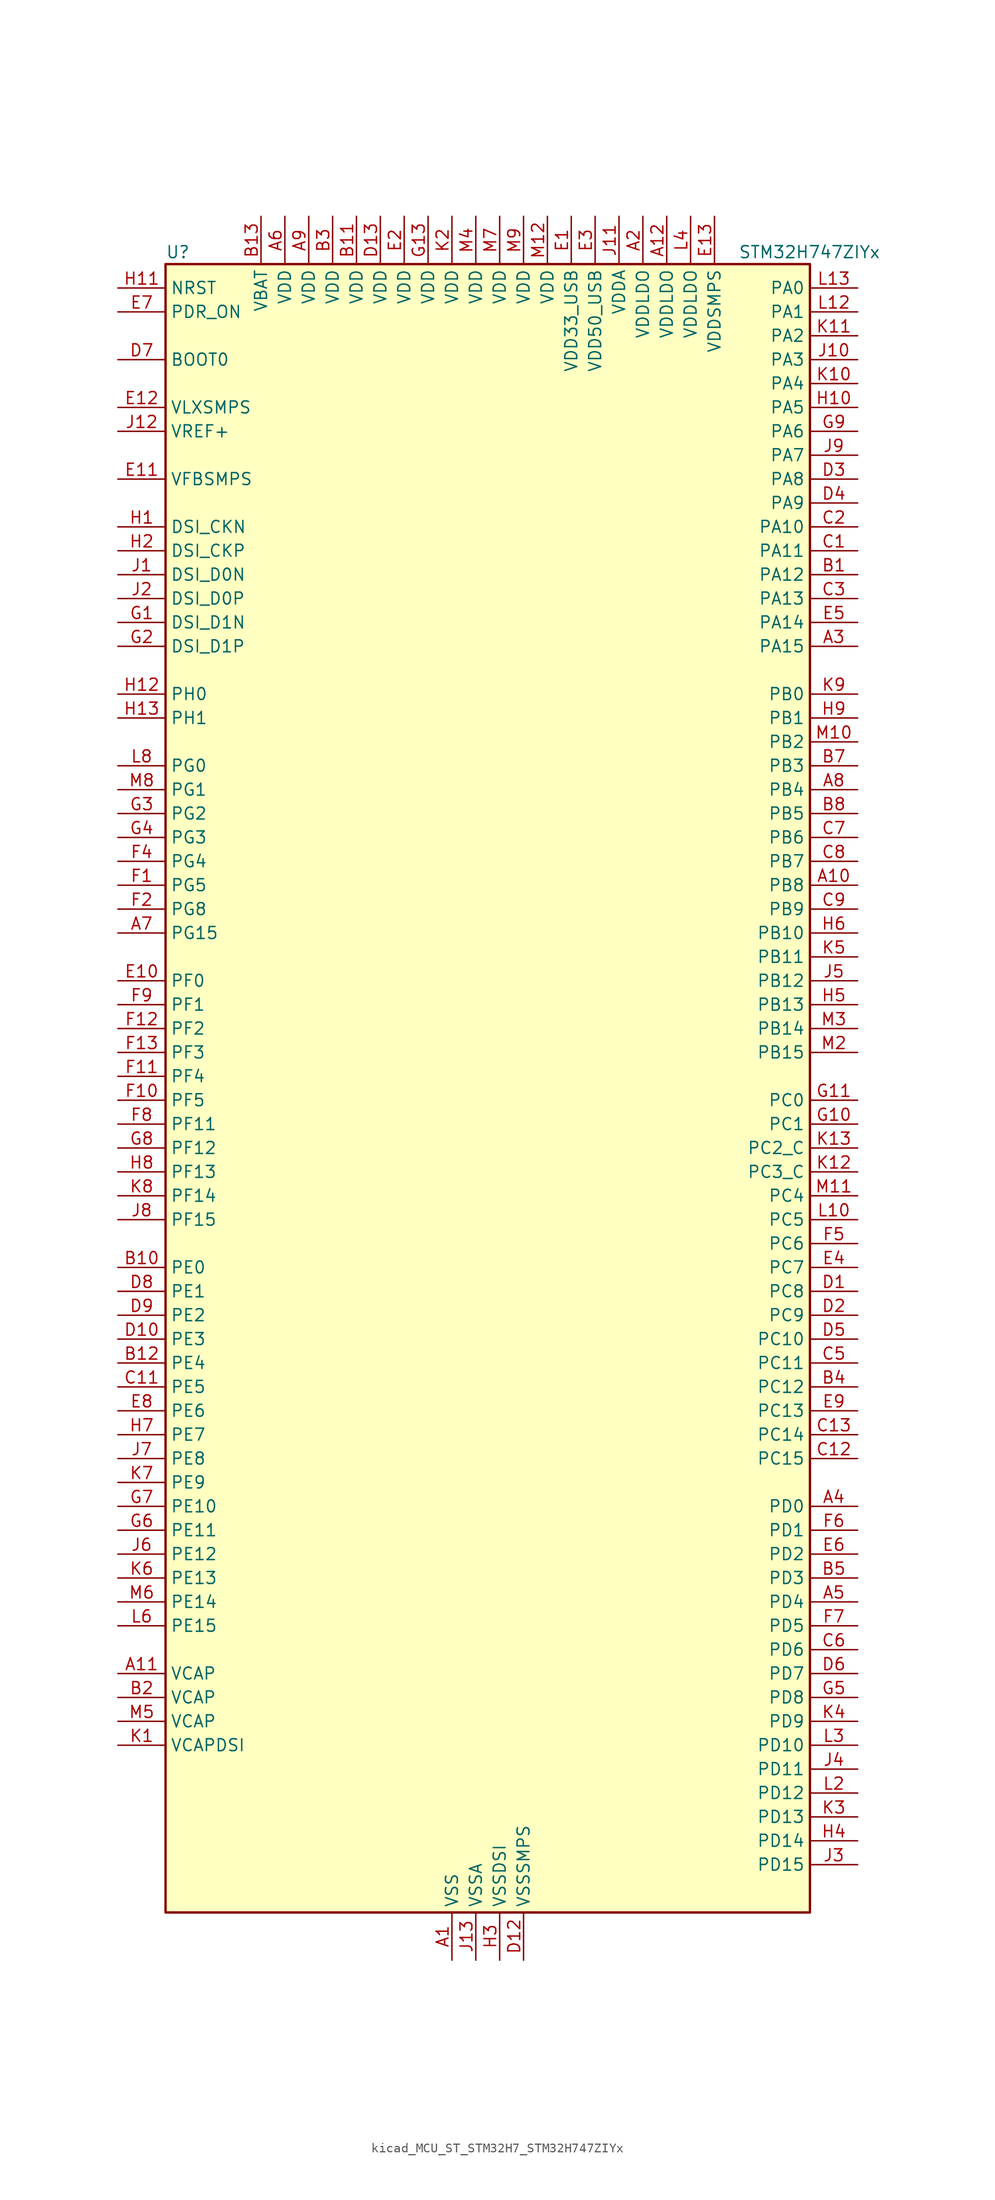
<source format=kicad_sym>
(kicad_symbol_lib
  (version 20220914)
  (generator kicad_symbol_editor)
  (symbol "kicad_MCU_ST_STM32H7_STM32H747ZIYx"
    (property "Reference" "U"
      (at -33.02 90.17 0)
      (effects (font (size 1.27 1.27)) (justify left)))
    (property "Value" "STM32H747ZIYx"
      (at 27.94 90.17 0)
      (effects (font (size 1.27 1.27)) (justify left)))
    (property "ki_locked" ""
      (at 0 0 0)
      (effects (font (size 1.27 1.27))))
    (symbol "kicad_MCU_ST_STM32H7_STM32H747ZIYx_0_1"
      (rectangle (start -33.02 -86.36) (end 35.56 88.9) (stroke (width 0.254) (type default)) (fill (type background))))
    (symbol "kicad_MCU_ST_STM32H7_STM32H747ZIYx_1_1"
      (pin power_in line (at -2.54 -91.44 90) (length 5.08) (name "VSS" (effects (font (size 1.27 1.27)))) (number "A1" (effects (font (size 1.27 1.27)))))
      (pin bidirectional line (at 40.64 22.86 180) (length 5.08) (name "PB8" (effects (font (size 1.27 1.27)))) (number "A10" (effects (font (size 1.27 1.27)))) (alternate "DCMI_D6" bidirectional line) (alternate "DFSDM1_CKIN7" bidirectional line) (alternate "ETH_TXD3" bidirectional line) (alternate "FDCAN1_RX" bidirectional line) (alternate "I2C1_SCL" bidirectional line) (alternate "I2C4_SCL" bidirectional line) (alternate "LTDC_B6" bidirectional line) (alternate "SDMMC1_CKIN" bidirectional line) (alternate "SDMMC1_D4" bidirectional line) (alternate "SDMMC2_D4" bidirectional line) (alternate "TIM16_CH1" bidirectional line) (alternate "TIM4_CH3" bidirectional line) (alternate "UART4_RX" bidirectional line))
      (pin power_out line (at -38.1 -60.96 0) (length 5.08) (name "VCAP" (effects (font (size 1.27 1.27)))) (number "A11" (effects (font (size 1.27 1.27)))))
      (pin power_in line (at 20.32 93.98 270) (length 5.08) (name "VDDLDO" (effects (font (size 1.27 1.27)))) (number "A12" (effects (font (size 1.27 1.27)))))
      (pin no_connect line (at -33.02 -86.36 0) (length 5.08) hide (name "DNC" (effects (font (size 1.27 1.27)))) (number "A13" (effects (font (size 1.27 1.27)))))
      (pin power_in line (at 17.78 93.98 270) (length 5.08) (name "VDDLDO" (effects (font (size 1.27 1.27)))) (number "A2" (effects (font (size 1.27 1.27)))))
      (pin bidirectional line (at 40.64 48.26 180) (length 5.08) (name "PA15" (effects (font (size 1.27 1.27)))) (number "A3" (effects (font (size 1.27 1.27)))) (alternate "ADC1_EXTI15" bidirectional line) (alternate "ADC2_EXTI15" bidirectional line) (alternate "ADC3_EXTI15" bidirectional line) (alternate "CEC" bidirectional line) (alternate "DEBUG_JTDI" bidirectional line) (alternate "DSIHOST_TE" bidirectional line) (alternate "HRTIM_FLT1" bidirectional line) (alternate "I2S1_WS" bidirectional line) (alternate "I2S3_WS" bidirectional line) (alternate "SPI1_NSS" bidirectional line) (alternate "SPI3_NSS" bidirectional line) (alternate "SPI6_NSS" bidirectional line) (alternate "TIM2_CH1" bidirectional line) (alternate "TIM2_ETR" bidirectional line) (alternate "UART4_DE" bidirectional line) (alternate "UART4_RTS" bidirectional line) (alternate "UART7_TX" bidirectional line))
      (pin bidirectional line (at 40.64 -43.18 180) (length 5.08) (name "PD0" (effects (font (size 1.27 1.27)))) (number "A4" (effects (font (size 1.27 1.27)))) (alternate "DFSDM1_CKIN6" bidirectional line) (alternate "FDCAN1_RX" bidirectional line) (alternate "FMC_D2" bidirectional line) (alternate "FMC_DA2" bidirectional line) (alternate "SAI3_SCK_A" bidirectional line) (alternate "UART4_RX" bidirectional line))
      (pin bidirectional line (at 40.64 -53.34 180) (length 5.08) (name "PD4" (effects (font (size 1.27 1.27)))) (number "A5" (effects (font (size 1.27 1.27)))) (alternate "FMC_NOE" bidirectional line) (alternate "HRTIM_FLT3" bidirectional line) (alternate "SAI3_FS_A" bidirectional line) (alternate "USART2_DE" bidirectional line) (alternate "USART2_RTS" bidirectional line))
      (pin power_in line (at -20.32 93.98 270) (length 5.08) (name "VDD" (effects (font (size 1.27 1.27)))) (number "A6" (effects (font (size 1.27 1.27)))))
      (pin bidirectional line (at -38.1 17.78 0) (length 5.08) (name "PG15" (effects (font (size 1.27 1.27)))) (number "A7" (effects (font (size 1.27 1.27)))) (alternate "ADC1_EXTI15" bidirectional line) (alternate "ADC2_EXTI15" bidirectional line) (alternate "ADC3_EXTI15" bidirectional line) (alternate "DCMI_D13" bidirectional line) (alternate "FMC_SDNCAS" bidirectional line) (alternate "USART6_CTS" bidirectional line) (alternate "USART6_NSS" bidirectional line))
      (pin bidirectional line (at 40.64 33.02 180) (length 5.08) (name "PB4" (effects (font (size 1.27 1.27)))) (number "A8" (effects (font (size 1.27 1.27)))) (alternate "DEBUG_JTRST" bidirectional line) (alternate "HRTIM_EEV6" bidirectional line) (alternate "I2S1_SDI" bidirectional line) (alternate "I2S2_WS" bidirectional line) (alternate "I2S3_SDI" bidirectional line) (alternate "SDMMC2_D3" bidirectional line) (alternate "SPI1_MISO" bidirectional line) (alternate "SPI2_NSS" bidirectional line) (alternate "SPI3_MISO" bidirectional line) (alternate "SPI6_MISO" bidirectional line) (alternate "TIM16_BKIN" bidirectional line) (alternate "TIM3_CH1" bidirectional line) (alternate "UART7_TX" bidirectional line))
      (pin power_in line (at -17.78 93.98 270) (length 5.08) (name "VDD" (effects (font (size 1.27 1.27)))) (number "A9" (effects (font (size 1.27 1.27)))))
      (pin bidirectional line (at 40.64 55.88 180) (length 5.08) (name "PA12" (effects (font (size 1.27 1.27)))) (number "B1" (effects (font (size 1.27 1.27)))) (alternate "FDCAN1_TX" bidirectional line) (alternate "HRTIM_CHD2" bidirectional line) (alternate "I2S2_CK" bidirectional line) (alternate "LPUART1_DE" bidirectional line) (alternate "LPUART1_RTS" bidirectional line) (alternate "LTDC_R5" bidirectional line) (alternate "SAI2_FS_B" bidirectional line) (alternate "SPI2_SCK" bidirectional line) (alternate "TIM1_ETR" bidirectional line) (alternate "UART4_TX" bidirectional line) (alternate "USART1_DE" bidirectional line) (alternate "USART1_RTS" bidirectional line) (alternate "USB_OTG_FS_DP" bidirectional line))
      (pin bidirectional line (at -38.1 -17.78 0) (length 5.08) (name "PE0" (effects (font (size 1.27 1.27)))) (number "B10" (effects (font (size 1.27 1.27)))) (alternate "DCMI_D2" bidirectional line) (alternate "FMC_NBL0" bidirectional line) (alternate "HRTIM_SCIN" bidirectional line) (alternate "LPTIM1_ETR" bidirectional line) (alternate "LPTIM2_ETR" bidirectional line) (alternate "SAI2_MCLK_A" bidirectional line) (alternate "TIM4_ETR" bidirectional line) (alternate "UART8_RX" bidirectional line))
      (pin power_in line (at -12.7 93.98 270) (length 5.08) (name "VDD" (effects (font (size 1.27 1.27)))) (number "B11" (effects (font (size 1.27 1.27)))))
      (pin bidirectional line (at -38.1 -27.94 0) (length 5.08) (name "PE4" (effects (font (size 1.27 1.27)))) (number "B12" (effects (font (size 1.27 1.27)))) (alternate "DCMI_D4" bidirectional line) (alternate "DEBUG_TRACED1" bidirectional line) (alternate "DFSDM1_DATIN3" bidirectional line) (alternate "FMC_A20" bidirectional line) (alternate "LTDC_B0" bidirectional line) (alternate "SAI1_D2" bidirectional line) (alternate "SAI1_FS_A" bidirectional line) (alternate "SAI4_D2" bidirectional line) (alternate "SAI4_FS_A" bidirectional line) (alternate "SPI4_NSS" bidirectional line) (alternate "TIM15_CH1N" bidirectional line))
      (pin power_in line (at -22.86 93.98 270) (length 5.08) (name "VBAT" (effects (font (size 1.27 1.27)))) (number "B13" (effects (font (size 1.27 1.27)))))
      (pin power_out line (at -38.1 -63.5 0) (length 5.08) (name "VCAP" (effects (font (size 1.27 1.27)))) (number "B2" (effects (font (size 1.27 1.27)))))
      (pin power_in line (at -15.24 93.98 270) (length 5.08) (name "VDD" (effects (font (size 1.27 1.27)))) (number "B3" (effects (font (size 1.27 1.27)))))
      (pin bidirectional line (at 40.64 -30.48 180) (length 5.08) (name "PC12" (effects (font (size 1.27 1.27)))) (number "B4" (effects (font (size 1.27 1.27)))) (alternate "DCMI_D9" bidirectional line) (alternate "DEBUG_TRACED3" bidirectional line) (alternate "HRTIM_EEV2" bidirectional line) (alternate "I2S3_SDO" bidirectional line) (alternate "SDMMC1_CK" bidirectional line) (alternate "SPI3_MOSI" bidirectional line) (alternate "UART5_TX" bidirectional line) (alternate "USART3_CK" bidirectional line))
      (pin bidirectional line (at 40.64 -50.8 180) (length 5.08) (name "PD3" (effects (font (size 1.27 1.27)))) (number "B5" (effects (font (size 1.27 1.27)))) (alternate "DCMI_D5" bidirectional line) (alternate "DFSDM1_CKOUT" bidirectional line) (alternate "FMC_CLK" bidirectional line) (alternate "I2S2_CK" bidirectional line) (alternate "LTDC_G7" bidirectional line) (alternate "SPI2_SCK" bidirectional line) (alternate "USART2_CTS" bidirectional line) (alternate "USART2_NSS" bidirectional line))
      (pin passive line (at -2.54 -91.44 90) (length 5.08) hide (name "VSS" (effects (font (size 1.27 1.27)))) (number "B6" (effects (font (size 1.27 1.27)))))
      (pin bidirectional line (at 40.64 35.56 180) (length 5.08) (name "PB3" (effects (font (size 1.27 1.27)))) (number "B7" (effects (font (size 1.27 1.27)))) (alternate "CRS_SYNC" bidirectional line) (alternate "DEBUG_JTDO-SWO" bidirectional line) (alternate "HRTIM_FLT4" bidirectional line) (alternate "I2S1_CK" bidirectional line) (alternate "I2S3_CK" bidirectional line) (alternate "SDMMC2_D2" bidirectional line) (alternate "SPI1_SCK" bidirectional line) (alternate "SPI3_SCK" bidirectional line) (alternate "SPI6_SCK" bidirectional line) (alternate "TIM2_CH2" bidirectional line) (alternate "UART7_RX" bidirectional line))
      (pin bidirectional line (at 40.64 30.48 180) (length 5.08) (name "PB5" (effects (font (size 1.27 1.27)))) (number "B8" (effects (font (size 1.27 1.27)))) (alternate "DCMI_D10" bidirectional line) (alternate "ETH_PPS_OUT" bidirectional line) (alternate "FDCAN2_RX" bidirectional line) (alternate "FMC_SDCKE1" bidirectional line) (alternate "HRTIM_EEV7" bidirectional line) (alternate "I2C1_SMBA" bidirectional line) (alternate "I2C4_SMBA" bidirectional line) (alternate "I2S1_SDO" bidirectional line) (alternate "I2S3_SDO" bidirectional line) (alternate "SPI1_MOSI" bidirectional line) (alternate "SPI3_MOSI" bidirectional line) (alternate "SPI6_MOSI" bidirectional line) (alternate "TIM17_BKIN" bidirectional line) (alternate "TIM3_CH2" bidirectional line) (alternate "UART5_RX" bidirectional line) (alternate "USB_OTG_HS_ULPI_D7" bidirectional line))
      (pin passive line (at -2.54 -91.44 90) (length 5.08) hide (name "VSS" (effects (font (size 1.27 1.27)))) (number "B9" (effects (font (size 1.27 1.27)))))
      (pin bidirectional line (at 40.64 58.42 180) (length 5.08) (name "PA11" (effects (font (size 1.27 1.27)))) (number "C1" (effects (font (size 1.27 1.27)))) (alternate "ADC1_EXTI11" bidirectional line) (alternate "ADC2_EXTI11" bidirectional line) (alternate "ADC3_EXTI11" bidirectional line) (alternate "FDCAN1_RX" bidirectional line) (alternate "HRTIM_CHD1" bidirectional line) (alternate "I2S2_WS" bidirectional line) (alternate "LPUART1_CTS" bidirectional line) (alternate "LTDC_R4" bidirectional line) (alternate "SPI2_NSS" bidirectional line) (alternate "TIM1_CH4" bidirectional line) (alternate "UART4_RX" bidirectional line) (alternate "USART1_CTS" bidirectional line) (alternate "USART1_NSS" bidirectional line) (alternate "USB_OTG_FS_DM" bidirectional line))
      (pin passive line (at -2.54 -91.44 90) (length 5.08) hide (name "VSS" (effects (font (size 1.27 1.27)))) (number "C10" (effects (font (size 1.27 1.27)))))
      (pin bidirectional line (at -38.1 -30.48 0) (length 5.08) (name "PE5" (effects (font (size 1.27 1.27)))) (number "C11" (effects (font (size 1.27 1.27)))) (alternate "DCMI_D6" bidirectional line) (alternate "DEBUG_TRACED2" bidirectional line) (alternate "DFSDM1_CKIN3" bidirectional line) (alternate "FMC_A21" bidirectional line) (alternate "LTDC_G0" bidirectional line) (alternate "SAI1_CK2" bidirectional line) (alternate "SAI1_SCK_A" bidirectional line) (alternate "SAI4_CK2" bidirectional line) (alternate "SAI4_SCK_A" bidirectional line) (alternate "SPI4_MISO" bidirectional line) (alternate "TIM15_CH1" bidirectional line))
      (pin bidirectional line (at 40.64 -38.1 180) (length 5.08) (name "PC15" (effects (font (size 1.27 1.27)))) (number "C12" (effects (font (size 1.27 1.27)))) (alternate "ADC1_EXTI15" bidirectional line) (alternate "ADC2_EXTI15" bidirectional line) (alternate "ADC3_EXTI15" bidirectional line) (alternate "RCC_OSC32_OUT" bidirectional line))
      (pin bidirectional line (at 40.64 -35.56 180) (length 5.08) (name "PC14" (effects (font (size 1.27 1.27)))) (number "C13" (effects (font (size 1.27 1.27)))) (alternate "RCC_OSC32_IN" bidirectional line))
      (pin bidirectional line (at 40.64 60.96 180) (length 5.08) (name "PA10" (effects (font (size 1.27 1.27)))) (number "C2" (effects (font (size 1.27 1.27)))) (alternate "DCMI_D1" bidirectional line) (alternate "HRTIM_CHC2" bidirectional line) (alternate "LPUART1_RX" bidirectional line) (alternate "LTDC_B1" bidirectional line) (alternate "LTDC_B4" bidirectional line) (alternate "MDIOS_MDIO" bidirectional line) (alternate "TIM1_CH3" bidirectional line) (alternate "USART1_RX" bidirectional line) (alternate "USB_OTG_FS_ID" bidirectional line))
      (pin bidirectional line (at 40.64 53.34 180) (length 5.08) (name "PA13" (effects (font (size 1.27 1.27)))) (number "C3" (effects (font (size 1.27 1.27)))) (alternate "DEBUG_JTMS-SWDIO" bidirectional line))
      (pin passive line (at -2.54 -91.44 90) (length 5.08) hide (name "VSS" (effects (font (size 1.27 1.27)))) (number "C4" (effects (font (size 1.27 1.27)))))
      (pin bidirectional line (at 40.64 -27.94 180) (length 5.08) (name "PC11" (effects (font (size 1.27 1.27)))) (number "C5" (effects (font (size 1.27 1.27)))) (alternate "ADC1_EXTI11" bidirectional line) (alternate "ADC2_EXTI11" bidirectional line) (alternate "ADC3_EXTI11" bidirectional line) (alternate "DCMI_D4" bidirectional line) (alternate "DFSDM1_DATIN5" bidirectional line) (alternate "HRTIM_FLT2" bidirectional line) (alternate "I2S3_SDI" bidirectional line) (alternate "QUADSPI_BK2_NCS" bidirectional line) (alternate "SDMMC1_D3" bidirectional line) (alternate "SPI3_MISO" bidirectional line) (alternate "UART4_RX" bidirectional line) (alternate "USART3_RX" bidirectional line))
      (pin bidirectional line (at 40.64 -58.42 180) (length 5.08) (name "PD6" (effects (font (size 1.27 1.27)))) (number "C6" (effects (font (size 1.27 1.27)))) (alternate "DCMI_D10" bidirectional line) (alternate "DFSDM1_CKIN4" bidirectional line) (alternate "DFSDM1_DATIN1" bidirectional line) (alternate "FMC_NWAIT" bidirectional line) (alternate "I2S3_SDO" bidirectional line) (alternate "LTDC_B2" bidirectional line) (alternate "SAI1_D1" bidirectional line) (alternate "SAI1_SD_A" bidirectional line) (alternate "SAI4_D1" bidirectional line) (alternate "SAI4_SD_A" bidirectional line) (alternate "SDMMC2_CK" bidirectional line) (alternate "SPI3_MOSI" bidirectional line) (alternate "USART2_RX" bidirectional line))
      (pin bidirectional line (at 40.64 27.94 180) (length 5.08) (name "PB6" (effects (font (size 1.27 1.27)))) (number "C7" (effects (font (size 1.27 1.27)))) (alternate "CEC" bidirectional line) (alternate "DCMI_D5" bidirectional line) (alternate "DFSDM1_DATIN5" bidirectional line) (alternate "FDCAN2_TX" bidirectional line) (alternate "FMC_SDNE1" bidirectional line) (alternate "HRTIM_EEV8" bidirectional line) (alternate "I2C1_SCL" bidirectional line) (alternate "I2C4_SCL" bidirectional line) (alternate "LPUART1_TX" bidirectional line) (alternate "QUADSPI_BK1_NCS" bidirectional line) (alternate "TIM16_CH1N" bidirectional line) (alternate "TIM4_CH1" bidirectional line) (alternate "UART5_TX" bidirectional line) (alternate "USART1_TX" bidirectional line))
      (pin bidirectional line (at 40.64 25.4 180) (length 5.08) (name "PB7" (effects (font (size 1.27 1.27)))) (number "C8" (effects (font (size 1.27 1.27)))) (alternate "DCMI_VSYNC" bidirectional line) (alternate "DFSDM1_CKIN5" bidirectional line) (alternate "FMC_NL" bidirectional line) (alternate "HRTIM_EEV9" bidirectional line) (alternate "I2C1_SDA" bidirectional line) (alternate "I2C4_SDA" bidirectional line) (alternate "LPUART1_RX" bidirectional line) (alternate "PWR_PVD_IN" bidirectional line) (alternate "TIM17_CH1N" bidirectional line) (alternate "TIM4_CH2" bidirectional line) (alternate "USART1_RX" bidirectional line))
      (pin bidirectional line (at 40.64 20.32 180) (length 5.08) (name "PB9" (effects (font (size 1.27 1.27)))) (number "C9" (effects (font (size 1.27 1.27)))) (alternate "DAC1_EXTI9" bidirectional line) (alternate "DCMI_D7" bidirectional line) (alternate "DFSDM1_DATIN7" bidirectional line) (alternate "FDCAN1_TX" bidirectional line) (alternate "I2C1_SDA" bidirectional line) (alternate "I2C4_SDA" bidirectional line) (alternate "I2C4_SMBA" bidirectional line) (alternate "I2S2_WS" bidirectional line) (alternate "LTDC_B7" bidirectional line) (alternate "SDMMC1_CDIR" bidirectional line) (alternate "SDMMC1_D5" bidirectional line) (alternate "SDMMC2_D5" bidirectional line) (alternate "SPI2_NSS" bidirectional line) (alternate "TIM17_CH1" bidirectional line) (alternate "TIM4_CH4" bidirectional line) (alternate "UART4_TX" bidirectional line))
      (pin bidirectional line (at 40.64 -20.32 180) (length 5.08) (name "PC8" (effects (font (size 1.27 1.27)))) (number "D1" (effects (font (size 1.27 1.27)))) (alternate "DCMI_D2" bidirectional line) (alternate "DEBUG_TRACED1" bidirectional line) (alternate "FMC_NCE" bidirectional line) (alternate "FMC_NE2" bidirectional line) (alternate "HRTIM_CHB1" bidirectional line) (alternate "SDMMC1_D0" bidirectional line) (alternate "SWPMI1_RX" bidirectional line) (alternate "TIM3_CH3" bidirectional line) (alternate "TIM8_CH3" bidirectional line) (alternate "UART5_DE" bidirectional line) (alternate "UART5_RTS" bidirectional line) (alternate "USART6_CK" bidirectional line))
      (pin bidirectional line (at -38.1 -25.4 0) (length 5.08) (name "PE3" (effects (font (size 1.27 1.27)))) (number "D10" (effects (font (size 1.27 1.27)))) (alternate "DEBUG_TRACED0" bidirectional line) (alternate "FMC_A19" bidirectional line) (alternate "SAI1_SD_B" bidirectional line) (alternate "SAI4_SD_B" bidirectional line) (alternate "TIM15_BKIN" bidirectional line))
      (pin passive line (at -2.54 -91.44 90) (length 5.08) hide (name "VSS" (effects (font (size 1.27 1.27)))) (number "D11" (effects (font (size 1.27 1.27)))))
      (pin power_in line (at 5.08 -91.44 90) (length 5.08) (name "VSSSMPS" (effects (font (size 1.27 1.27)))) (number "D12" (effects (font (size 1.27 1.27)))))
      (pin power_in line (at -10.16 93.98 270) (length 5.08) (name "VDD" (effects (font (size 1.27 1.27)))) (number "D13" (effects (font (size 1.27 1.27)))))
      (pin bidirectional line (at 40.64 -22.86 180) (length 5.08) (name "PC9" (effects (font (size 1.27 1.27)))) (number "D2" (effects (font (size 1.27 1.27)))) (alternate "DAC1_EXTI9" bidirectional line) (alternate "DCMI_D3" bidirectional line) (alternate "I2C3_SDA" bidirectional line) (alternate "I2S_CKIN" bidirectional line) (alternate "LTDC_B2" bidirectional line) (alternate "LTDC_G3" bidirectional line) (alternate "QUADSPI_BK1_IO0" bidirectional line) (alternate "RCC_MCO_2" bidirectional line) (alternate "SDMMC1_D1" bidirectional line) (alternate "SWPMI1_SUSPEND" bidirectional line) (alternate "TIM3_CH4" bidirectional line) (alternate "TIM8_CH4" bidirectional line) (alternate "UART5_CTS" bidirectional line))
      (pin bidirectional line (at 40.64 66.04 180) (length 5.08) (name "PA8" (effects (font (size 1.27 1.27)))) (number "D3" (effects (font (size 1.27 1.27)))) (alternate "HRTIM_CHB2" bidirectional line) (alternate "I2C3_SCL" bidirectional line) (alternate "LTDC_B3" bidirectional line) (alternate "LTDC_R6" bidirectional line) (alternate "RCC_MCO_1" bidirectional line) (alternate "TIM1_CH1" bidirectional line) (alternate "TIM8_BKIN2" bidirectional line) (alternate "TIM8_BKIN2_COMP1" bidirectional line) (alternate "TIM8_BKIN2_COMP2" bidirectional line) (alternate "UART7_RX" bidirectional line) (alternate "USART1_CK" bidirectional line) (alternate "USB_OTG_FS_SOF" bidirectional line))
      (pin bidirectional line (at 40.64 63.5 180) (length 5.08) (name "PA9" (effects (font (size 1.27 1.27)))) (number "D4" (effects (font (size 1.27 1.27)))) (alternate "DAC1_EXTI9" bidirectional line) (alternate "DCMI_D0" bidirectional line) (alternate "HRTIM_CHC1" bidirectional line) (alternate "I2C3_SMBA" bidirectional line) (alternate "I2S2_CK" bidirectional line) (alternate "LPUART1_TX" bidirectional line) (alternate "LTDC_R5" bidirectional line) (alternate "SPI2_SCK" bidirectional line) (alternate "TIM1_CH2" bidirectional line) (alternate "USART1_TX" bidirectional line) (alternate "USB_OTG_FS_VBUS" bidirectional line))
      (pin bidirectional line (at 40.64 -25.4 180) (length 5.08) (name "PC10" (effects (font (size 1.27 1.27)))) (number "D5" (effects (font (size 1.27 1.27)))) (alternate "DCMI_D8" bidirectional line) (alternate "DFSDM1_CKIN5" bidirectional line) (alternate "HRTIM_EEV1" bidirectional line) (alternate "I2S3_CK" bidirectional line) (alternate "LTDC_R2" bidirectional line) (alternate "QUADSPI_BK1_IO1" bidirectional line) (alternate "SDMMC1_D2" bidirectional line) (alternate "SPI3_SCK" bidirectional line) (alternate "UART4_TX" bidirectional line) (alternate "USART3_TX" bidirectional line))
      (pin bidirectional line (at 40.64 -60.96 180) (length 5.08) (name "PD7" (effects (font (size 1.27 1.27)))) (number "D6" (effects (font (size 1.27 1.27)))) (alternate "DFSDM1_CKIN1" bidirectional line) (alternate "DFSDM1_DATIN4" bidirectional line) (alternate "FMC_NE1" bidirectional line) (alternate "I2S1_SDO" bidirectional line) (alternate "SDMMC2_CMD" bidirectional line) (alternate "SPDIFRX1_IN0" bidirectional line) (alternate "SPI1_MOSI" bidirectional line) (alternate "USART2_CK" bidirectional line))
      (pin input line (at -38.1 78.74 0) (length 5.08) (name "BOOT0" (effects (font (size 1.27 1.27)))) (number "D7" (effects (font (size 1.27 1.27)))))
      (pin bidirectional line (at -38.1 -20.32 0) (length 5.08) (name "PE1" (effects (font (size 1.27 1.27)))) (number "D8" (effects (font (size 1.27 1.27)))) (alternate "DCMI_D3" bidirectional line) (alternate "FMC_NBL1" bidirectional line) (alternate "HRTIM_SCOUT" bidirectional line) (alternate "LPTIM1_IN2" bidirectional line) (alternate "UART8_TX" bidirectional line))
      (pin bidirectional line (at -38.1 -22.86 0) (length 5.08) (name "PE2" (effects (font (size 1.27 1.27)))) (number "D9" (effects (font (size 1.27 1.27)))) (alternate "DEBUG_TRACECLK" bidirectional line) (alternate "ETH_TXD3" bidirectional line) (alternate "FMC_A23" bidirectional line) (alternate "QUADSPI_BK1_IO2" bidirectional line) (alternate "SAI1_CK1" bidirectional line) (alternate "SAI1_MCLK_A" bidirectional line) (alternate "SAI4_CK1" bidirectional line) (alternate "SAI4_MCLK_A" bidirectional line) (alternate "SPI4_SCK" bidirectional line))
      (pin power_in line (at 10.16 93.98 270) (length 5.08) (name "VDD33_USB" (effects (font (size 1.27 1.27)))) (number "E1" (effects (font (size 1.27 1.27)))))
      (pin bidirectional line (at -38.1 12.7 0) (length 5.08) (name "PF0" (effects (font (size 1.27 1.27)))) (number "E10" (effects (font (size 1.27 1.27)))) (alternate "FMC_A0" bidirectional line) (alternate "I2C2_SDA" bidirectional line))
      (pin input line (at -38.1 66.04 0) (length 5.08) (name "VFBSMPS" (effects (font (size 1.27 1.27)))) (number "E11" (effects (font (size 1.27 1.27)))))
      (pin power_in line (at -38.1 73.66 0) (length 5.08) (name "VLXSMPS" (effects (font (size 1.27 1.27)))) (number "E12" (effects (font (size 1.27 1.27)))))
      (pin power_in line (at 25.4 93.98 270) (length 5.08) (name "VDDSMPS" (effects (font (size 1.27 1.27)))) (number "E13" (effects (font (size 1.27 1.27)))))
      (pin power_in line (at -7.62 93.98 270) (length 5.08) (name "VDD" (effects (font (size 1.27 1.27)))) (number "E2" (effects (font (size 1.27 1.27)))))
      (pin power_in line (at 12.7 93.98 270) (length 5.08) (name "VDD50_USB" (effects (font (size 1.27 1.27)))) (number "E3" (effects (font (size 1.27 1.27)))))
      (pin bidirectional line (at 40.64 -17.78 180) (length 5.08) (name "PC7" (effects (font (size 1.27 1.27)))) (number "E4" (effects (font (size 1.27 1.27)))) (alternate "DCMI_D1" bidirectional line) (alternate "DEBUG_TRGIO" bidirectional line) (alternate "DFSDM1_DATIN3" bidirectional line) (alternate "FMC_NE1" bidirectional line) (alternate "HRTIM_CHA2" bidirectional line) (alternate "I2S3_MCK" bidirectional line) (alternate "LTDC_G6" bidirectional line) (alternate "SDMMC1_D123DIR" bidirectional line) (alternate "SDMMC1_D7" bidirectional line) (alternate "SDMMC2_D7" bidirectional line) (alternate "SWPMI1_TX" bidirectional line) (alternate "TIM3_CH2" bidirectional line) (alternate "TIM8_CH2" bidirectional line) (alternate "USART6_RX" bidirectional line))
      (pin bidirectional line (at 40.64 50.8 180) (length 5.08) (name "PA14" (effects (font (size 1.27 1.27)))) (number "E5" (effects (font (size 1.27 1.27)))) (alternate "DEBUG_JTCK-SWCLK" bidirectional line))
      (pin bidirectional line (at 40.64 -48.26 180) (length 5.08) (name "PD2" (effects (font (size 1.27 1.27)))) (number "E6" (effects (font (size 1.27 1.27)))) (alternate "DCMI_D11" bidirectional line) (alternate "DEBUG_TRACED2" bidirectional line) (alternate "SDMMC1_CMD" bidirectional line) (alternate "TIM3_ETR" bidirectional line) (alternate "UART5_RX" bidirectional line))
      (pin input line (at -38.1 83.82 0) (length 5.08) (name "PDR_ON" (effects (font (size 1.27 1.27)))) (number "E7" (effects (font (size 1.27 1.27)))))
      (pin bidirectional line (at -38.1 -33.02 0) (length 5.08) (name "PE6" (effects (font (size 1.27 1.27)))) (number "E8" (effects (font (size 1.27 1.27)))) (alternate "DCMI_D7" bidirectional line) (alternate "DEBUG_TRACED3" bidirectional line) (alternate "FMC_A22" bidirectional line) (alternate "LTDC_G1" bidirectional line) (alternate "SAI1_D1" bidirectional line) (alternate "SAI1_SD_A" bidirectional line) (alternate "SAI2_MCLK_B" bidirectional line) (alternate "SAI4_D1" bidirectional line) (alternate "SAI4_SD_A" bidirectional line) (alternate "SPI4_MOSI" bidirectional line) (alternate "TIM15_CH2" bidirectional line) (alternate "TIM1_BKIN2" bidirectional line) (alternate "TIM1_BKIN2_COMP1" bidirectional line) (alternate "TIM1_BKIN2_COMP2" bidirectional line))
      (pin bidirectional line (at 40.64 -33.02 180) (length 5.08) (name "PC13" (effects (font (size 1.27 1.27)))) (number "E9" (effects (font (size 1.27 1.27)))) (alternate "PWR_WKUP2" bidirectional line) (alternate "RTC_OUT_ALARM" bidirectional line) (alternate "RTC_OUT_CALIB" bidirectional line) (alternate "RTC_TAMP1" bidirectional line) (alternate "RTC_TS" bidirectional line))
      (pin bidirectional line (at -38.1 22.86 0) (length 5.08) (name "PG5" (effects (font (size 1.27 1.27)))) (number "F1" (effects (font (size 1.27 1.27)))) (alternate "FMC_A15" bidirectional line) (alternate "FMC_BA1" bidirectional line) (alternate "TIM1_ETR" bidirectional line))
      (pin bidirectional line (at -38.1 0 0) (length 5.08) (name "PF5" (effects (font (size 1.27 1.27)))) (number "F10" (effects (font (size 1.27 1.27)))) (alternate "ADC3_INP4" bidirectional line) (alternate "FMC_A5" bidirectional line))
      (pin bidirectional line (at -38.1 2.54 0) (length 5.08) (name "PF4" (effects (font (size 1.27 1.27)))) (number "F11" (effects (font (size 1.27 1.27)))) (alternate "ADC3_INN5" bidirectional line) (alternate "ADC3_INP9" bidirectional line) (alternate "FMC_A4" bidirectional line))
      (pin bidirectional line (at -38.1 7.62 0) (length 5.08) (name "PF2" (effects (font (size 1.27 1.27)))) (number "F12" (effects (font (size 1.27 1.27)))) (alternate "FMC_A2" bidirectional line) (alternate "I2C2_SMBA" bidirectional line))
      (pin bidirectional line (at -38.1 5.08 0) (length 5.08) (name "PF3" (effects (font (size 1.27 1.27)))) (number "F13" (effects (font (size 1.27 1.27)))) (alternate "ADC3_INP5" bidirectional line) (alternate "FMC_A3" bidirectional line))
      (pin bidirectional line (at -38.1 20.32 0) (length 5.08) (name "PG8" (effects (font (size 1.27 1.27)))) (number "F2" (effects (font (size 1.27 1.27)))) (alternate "ETH_PPS_OUT" bidirectional line) (alternate "FMC_SDCLK" bidirectional line) (alternate "LTDC_G7" bidirectional line) (alternate "SPDIFRX1_IN2" bidirectional line) (alternate "SPI6_NSS" bidirectional line) (alternate "TIM8_ETR" bidirectional line) (alternate "USART6_DE" bidirectional line) (alternate "USART6_RTS" bidirectional line))
      (pin passive line (at -2.54 -91.44 90) (length 5.08) hide (name "VSS" (effects (font (size 1.27 1.27)))) (number "F3" (effects (font (size 1.27 1.27)))))
      (pin bidirectional line (at -38.1 25.4 0) (length 5.08) (name "PG4" (effects (font (size 1.27 1.27)))) (number "F4" (effects (font (size 1.27 1.27)))) (alternate "FMC_A14" bidirectional line) (alternate "FMC_BA0" bidirectional line) (alternate "TIM1_BKIN2" bidirectional line) (alternate "TIM1_BKIN2_COMP1" bidirectional line) (alternate "TIM1_BKIN2_COMP2" bidirectional line))
      (pin bidirectional line (at 40.64 -15.24 180) (length 5.08) (name "PC6" (effects (font (size 1.27 1.27)))) (number "F5" (effects (font (size 1.27 1.27)))) (alternate "DCMI_D0" bidirectional line) (alternate "DFSDM1_CKIN3" bidirectional line) (alternate "FMC_NWAIT" bidirectional line) (alternate "HRTIM_CHA1" bidirectional line) (alternate "I2S2_MCK" bidirectional line) (alternate "LTDC_HSYNC" bidirectional line) (alternate "SDMMC1_D0DIR" bidirectional line) (alternate "SDMMC1_D6" bidirectional line) (alternate "SDMMC2_D6" bidirectional line) (alternate "SWPMI1_IO" bidirectional line) (alternate "TIM3_CH1" bidirectional line) (alternate "TIM8_CH1" bidirectional line) (alternate "USART6_TX" bidirectional line))
      (pin bidirectional line (at 40.64 -45.72 180) (length 5.08) (name "PD1" (effects (font (size 1.27 1.27)))) (number "F6" (effects (font (size 1.27 1.27)))) (alternate "DFSDM1_DATIN6" bidirectional line) (alternate "FDCAN1_TX" bidirectional line) (alternate "FMC_D3" bidirectional line) (alternate "FMC_DA3" bidirectional line) (alternate "SAI3_SD_A" bidirectional line) (alternate "UART4_TX" bidirectional line))
      (pin bidirectional line (at 40.64 -55.88 180) (length 5.08) (name "PD5" (effects (font (size 1.27 1.27)))) (number "F7" (effects (font (size 1.27 1.27)))) (alternate "FMC_NWE" bidirectional line) (alternate "HRTIM_EEV3" bidirectional line) (alternate "USART2_TX" bidirectional line))
      (pin bidirectional line (at -38.1 -2.54 0) (length 5.08) (name "PF11" (effects (font (size 1.27 1.27)))) (number "F8" (effects (font (size 1.27 1.27)))) (alternate "ADC1_EXTI11" bidirectional line) (alternate "ADC1_INP2" bidirectional line) (alternate "ADC2_EXTI11" bidirectional line) (alternate "ADC3_EXTI11" bidirectional line) (alternate "DCMI_D12" bidirectional line) (alternate "FMC_SDNRAS" bidirectional line) (alternate "SAI2_SD_B" bidirectional line))
      (pin bidirectional line (at -38.1 10.16 0) (length 5.08) (name "PF1" (effects (font (size 1.27 1.27)))) (number "F9" (effects (font (size 1.27 1.27)))) (alternate "FMC_A1" bidirectional line) (alternate "I2C2_SCL" bidirectional line))
      (pin bidirectional line (at -38.1 50.8 0) (length 5.08) (name "DSI_D1N" (effects (font (size 1.27 1.27)))) (number "G1" (effects (font (size 1.27 1.27)))) (alternate "DSIHOST_D1N" bidirectional line))
      (pin bidirectional line (at 40.64 -2.54 180) (length 5.08) (name "PC1" (effects (font (size 1.27 1.27)))) (number "G10" (effects (font (size 1.27 1.27)))) (alternate "ADC1_INN10" bidirectional line) (alternate "ADC1_INP11" bidirectional line) (alternate "ADC2_INN10" bidirectional line) (alternate "ADC2_INP11" bidirectional line) (alternate "ADC3_INN10" bidirectional line) (alternate "ADC3_INP11" bidirectional line) (alternate "DEBUG_TRACED0" bidirectional line) (alternate "DFSDM1_CKIN4" bidirectional line) (alternate "DFSDM1_DATIN0" bidirectional line) (alternate "ETH_MDC" bidirectional line) (alternate "I2S2_SDO" bidirectional line) (alternate "MDIOS_MDC" bidirectional line) (alternate "PWR_WKUP5" bidirectional line) (alternate "RTC_TAMP3" bidirectional line) (alternate "SAI1_D1" bidirectional line) (alternate "SAI1_SD_A" bidirectional line) (alternate "SAI4_D1" bidirectional line) (alternate "SAI4_SD_A" bidirectional line) (alternate "SDMMC2_CK" bidirectional line) (alternate "SPI2_MOSI" bidirectional line))
      (pin bidirectional line (at 40.64 0 180) (length 5.08) (name "PC0" (effects (font (size 1.27 1.27)))) (number "G11" (effects (font (size 1.27 1.27)))) (alternate "ADC1_INP10" bidirectional line) (alternate "ADC2_INP10" bidirectional line) (alternate "ADC3_INP10" bidirectional line) (alternate "DFSDM1_CKIN0" bidirectional line) (alternate "DFSDM1_DATIN4" bidirectional line) (alternate "FMC_SDNWE" bidirectional line) (alternate "LTDC_R5" bidirectional line) (alternate "SAI2_FS_B" bidirectional line) (alternate "USB_OTG_HS_ULPI_STP" bidirectional line))
      (pin passive line (at -2.54 -91.44 90) (length 5.08) hide (name "VSS" (effects (font (size 1.27 1.27)))) (number "G12" (effects (font (size 1.27 1.27)))))
      (pin power_in line (at -5.08 93.98 270) (length 5.08) (name "VDD" (effects (font (size 1.27 1.27)))) (number "G13" (effects (font (size 1.27 1.27)))))
      (pin bidirectional line (at -38.1 48.26 0) (length 5.08) (name "DSI_D1P" (effects (font (size 1.27 1.27)))) (number "G2" (effects (font (size 1.27 1.27)))) (alternate "DSIHOST_D1P" bidirectional line))
      (pin bidirectional line (at -38.1 30.48 0) (length 5.08) (name "PG2" (effects (font (size 1.27 1.27)))) (number "G3" (effects (font (size 1.27 1.27)))) (alternate "FMC_A12" bidirectional line) (alternate "TIM8_BKIN" bidirectional line) (alternate "TIM8_BKIN_COMP1" bidirectional line) (alternate "TIM8_BKIN_COMP2" bidirectional line))
      (pin bidirectional line (at -38.1 27.94 0) (length 5.08) (name "PG3" (effects (font (size 1.27 1.27)))) (number "G4" (effects (font (size 1.27 1.27)))) (alternate "FMC_A13" bidirectional line) (alternate "TIM8_BKIN2" bidirectional line) (alternate "TIM8_BKIN2_COMP1" bidirectional line) (alternate "TIM8_BKIN2_COMP2" bidirectional line))
      (pin bidirectional line (at 40.64 -63.5 180) (length 5.08) (name "PD8" (effects (font (size 1.27 1.27)))) (number "G5" (effects (font (size 1.27 1.27)))) (alternate "DFSDM1_CKIN3" bidirectional line) (alternate "FMC_D13" bidirectional line) (alternate "FMC_DA13" bidirectional line) (alternate "SAI3_SCK_B" bidirectional line) (alternate "SPDIFRX1_IN1" bidirectional line) (alternate "USART3_TX" bidirectional line))
      (pin bidirectional line (at -38.1 -45.72 0) (length 5.08) (name "PE11" (effects (font (size 1.27 1.27)))) (number "G6" (effects (font (size 1.27 1.27)))) (alternate "ADC1_EXTI11" bidirectional line) (alternate "ADC2_EXTI11" bidirectional line) (alternate "ADC3_EXTI11" bidirectional line) (alternate "COMP2_INP" bidirectional line) (alternate "DFSDM1_CKIN4" bidirectional line) (alternate "FMC_D8" bidirectional line) (alternate "FMC_DA8" bidirectional line) (alternate "LTDC_G3" bidirectional line) (alternate "SAI2_SD_B" bidirectional line) (alternate "SPI4_NSS" bidirectional line) (alternate "TIM1_CH2" bidirectional line))
      (pin bidirectional line (at -38.1 -43.18 0) (length 5.08) (name "PE10" (effects (font (size 1.27 1.27)))) (number "G7" (effects (font (size 1.27 1.27)))) (alternate "COMP2_INM" bidirectional line) (alternate "DFSDM1_DATIN4" bidirectional line) (alternate "FMC_D7" bidirectional line) (alternate "FMC_DA7" bidirectional line) (alternate "QUADSPI_BK2_IO3" bidirectional line) (alternate "TIM1_CH2N" bidirectional line) (alternate "UART7_CTS" bidirectional line))
      (pin bidirectional line (at -38.1 -5.08 0) (length 5.08) (name "PF12" (effects (font (size 1.27 1.27)))) (number "G8" (effects (font (size 1.27 1.27)))) (alternate "ADC1_INN2" bidirectional line) (alternate "ADC1_INP6" bidirectional line) (alternate "FMC_A6" bidirectional line))
      (pin bidirectional line (at 40.64 71.12 180) (length 5.08) (name "PA6" (effects (font (size 1.27 1.27)))) (number "G9" (effects (font (size 1.27 1.27)))) (alternate "ADC1_INP3" bidirectional line) (alternate "ADC2_INP3" bidirectional line) (alternate "DCMI_PIXCLK" bidirectional line) (alternate "I2S1_SDI" bidirectional line) (alternate "LTDC_G2" bidirectional line) (alternate "MDIOS_MDC" bidirectional line) (alternate "SPI1_MISO" bidirectional line) (alternate "SPI6_MISO" bidirectional line) (alternate "TIM13_CH1" bidirectional line) (alternate "TIM1_BKIN" bidirectional line) (alternate "TIM1_BKIN_COMP1" bidirectional line) (alternate "TIM1_BKIN_COMP2" bidirectional line) (alternate "TIM3_CH1" bidirectional line) (alternate "TIM8_BKIN" bidirectional line) (alternate "TIM8_BKIN_COMP1" bidirectional line) (alternate "TIM8_BKIN_COMP2" bidirectional line))
      (pin bidirectional line (at -38.1 60.96 0) (length 5.08) (name "DSI_CKN" (effects (font (size 1.27 1.27)))) (number "H1" (effects (font (size 1.27 1.27)))) (alternate "DSIHOST_CKN" bidirectional line))
      (pin bidirectional line (at 40.64 73.66 180) (length 5.08) (name "PA5" (effects (font (size 1.27 1.27)))) (number "H10" (effects (font (size 1.27 1.27)))) (alternate "ADC1_INN18" bidirectional line) (alternate "ADC1_INP19" bidirectional line) (alternate "ADC2_INN18" bidirectional line) (alternate "ADC2_INP19" bidirectional line) (alternate "DAC1_OUT2" bidirectional line) (alternate "I2S1_CK" bidirectional line) (alternate "LTDC_R4" bidirectional line) (alternate "PWR_NDSTOP2" bidirectional line) (alternate "SPI1_SCK" bidirectional line) (alternate "SPI6_SCK" bidirectional line) (alternate "TIM2_CH1" bidirectional line) (alternate "TIM2_ETR" bidirectional line) (alternate "TIM8_CH1N" bidirectional line) (alternate "USB_OTG_HS_ULPI_CK" bidirectional line))
      (pin input line (at -38.1 86.36 0) (length 5.08) (name "NRST" (effects (font (size 1.27 1.27)))) (number "H11" (effects (font (size 1.27 1.27)))))
      (pin bidirectional line (at -38.1 43.18 0) (length 5.08) (name "PH0" (effects (font (size 1.27 1.27)))) (number "H12" (effects (font (size 1.27 1.27)))) (alternate "RCC_OSC_IN" bidirectional line))
      (pin bidirectional line (at -38.1 40.64 0) (length 5.08) (name "PH1" (effects (font (size 1.27 1.27)))) (number "H13" (effects (font (size 1.27 1.27)))) (alternate "RCC_OSC_OUT" bidirectional line))
      (pin bidirectional line (at -38.1 58.42 0) (length 5.08) (name "DSI_CKP" (effects (font (size 1.27 1.27)))) (number "H2" (effects (font (size 1.27 1.27)))) (alternate "DSIHOST_CKP" bidirectional line))
      (pin power_in line (at 2.54 -91.44 90) (length 5.08) (name "VSSDSI" (effects (font (size 1.27 1.27)))) (number "H3" (effects (font (size 1.27 1.27)))))
      (pin bidirectional line (at 40.64 -78.74 180) (length 5.08) (name "PD14" (effects (font (size 1.27 1.27)))) (number "H4" (effects (font (size 1.27 1.27)))) (alternate "FMC_D0" bidirectional line) (alternate "FMC_DA0" bidirectional line) (alternate "SAI3_MCLK_B" bidirectional line) (alternate "TIM4_CH3" bidirectional line) (alternate "UART8_CTS" bidirectional line))
      (pin bidirectional line (at 40.64 10.16 180) (length 5.08) (name "PB13" (effects (font (size 1.27 1.27)))) (number "H5" (effects (font (size 1.27 1.27)))) (alternate "DFSDM1_CKIN1" bidirectional line) (alternate "ETH_TXD1" bidirectional line) (alternate "FDCAN2_TX" bidirectional line) (alternate "I2S2_CK" bidirectional line) (alternate "LPTIM2_OUT" bidirectional line) (alternate "SPI2_SCK" bidirectional line) (alternate "TIM1_CH1N" bidirectional line) (alternate "UART5_TX" bidirectional line) (alternate "USART3_CTS" bidirectional line) (alternate "USART3_NSS" bidirectional line) (alternate "USB_OTG_HS_ULPI_D6" bidirectional line) (alternate "USB_OTG_HS_VBUS" bidirectional line))
      (pin bidirectional line (at 40.64 17.78 180) (length 5.08) (name "PB10" (effects (font (size 1.27 1.27)))) (number "H6" (effects (font (size 1.27 1.27)))) (alternate "DFSDM1_DATIN7" bidirectional line) (alternate "ETH_RX_ER" bidirectional line) (alternate "HRTIM_SCOUT" bidirectional line) (alternate "I2C2_SCL" bidirectional line) (alternate "I2S2_CK" bidirectional line) (alternate "LPTIM2_IN1" bidirectional line) (alternate "LTDC_G4" bidirectional line) (alternate "QUADSPI_BK1_NCS" bidirectional line) (alternate "SPI2_SCK" bidirectional line) (alternate "TIM2_CH3" bidirectional line) (alternate "USART3_TX" bidirectional line) (alternate "USB_OTG_HS_ULPI_D3" bidirectional line))
      (pin bidirectional line (at -38.1 -35.56 0) (length 5.08) (name "PE7" (effects (font (size 1.27 1.27)))) (number "H7" (effects (font (size 1.27 1.27)))) (alternate "COMP2_INM" bidirectional line) (alternate "DFSDM1_DATIN2" bidirectional line) (alternate "FMC_D4" bidirectional line) (alternate "FMC_DA4" bidirectional line) (alternate "OPAMP2_VOUT" bidirectional line) (alternate "QUADSPI_BK2_IO0" bidirectional line) (alternate "TIM1_ETR" bidirectional line) (alternate "UART7_RX" bidirectional line))
      (pin bidirectional line (at -38.1 -7.62 0) (length 5.08) (name "PF13" (effects (font (size 1.27 1.27)))) (number "H8" (effects (font (size 1.27 1.27)))) (alternate "ADC2_INP2" bidirectional line) (alternate "DFSDM1_DATIN6" bidirectional line) (alternate "FMC_A7" bidirectional line) (alternate "I2C4_SMBA" bidirectional line))
      (pin bidirectional line (at 40.64 40.64 180) (length 5.08) (name "PB1" (effects (font (size 1.27 1.27)))) (number "H9" (effects (font (size 1.27 1.27)))) (alternate "ADC1_INP5" bidirectional line) (alternate "ADC2_INP5" bidirectional line) (alternate "COMP1_INM" bidirectional line) (alternate "DFSDM1_DATIN1" bidirectional line) (alternate "ETH_RXD3" bidirectional line) (alternate "LTDC_G0" bidirectional line) (alternate "LTDC_R6" bidirectional line) (alternate "TIM1_CH3N" bidirectional line) (alternate "TIM3_CH4" bidirectional line) (alternate "TIM8_CH3N" bidirectional line) (alternate "USB_OTG_HS_ULPI_D2" bidirectional line))
      (pin bidirectional line (at -38.1 55.88 0) (length 5.08) (name "DSI_D0N" (effects (font (size 1.27 1.27)))) (number "J1" (effects (font (size 1.27 1.27)))) (alternate "DSIHOST_D0N" bidirectional line))
      (pin bidirectional line (at 40.64 78.74 180) (length 5.08) (name "PA3" (effects (font (size 1.27 1.27)))) (number "J10" (effects (font (size 1.27 1.27)))) (alternate "ADC1_INP15" bidirectional line) (alternate "ADC2_INP15" bidirectional line) (alternate "ETH_COL" bidirectional line) (alternate "LPTIM5_OUT" bidirectional line) (alternate "LTDC_B2" bidirectional line) (alternate "LTDC_B5" bidirectional line) (alternate "TIM15_CH2" bidirectional line) (alternate "TIM2_CH4" bidirectional line) (alternate "TIM5_CH4" bidirectional line) (alternate "USART2_RX" bidirectional line) (alternate "USB_OTG_HS_ULPI_D0" bidirectional line))
      (pin power_in line (at 15.24 93.98 270) (length 5.08) (name "VDDA" (effects (font (size 1.27 1.27)))) (number "J11" (effects (font (size 1.27 1.27)))))
      (pin input line (at -38.1 71.12 0) (length 5.08) (name "VREF+" (effects (font (size 1.27 1.27)))) (number "J12" (effects (font (size 1.27 1.27)))) (alternate "VREFBUF_OUT" bidirectional line))
      (pin power_in line (at 0 -91.44 90) (length 5.08) (name "VSSA" (effects (font (size 1.27 1.27)))) (number "J13" (effects (font (size 1.27 1.27)))))
      (pin bidirectional line (at -38.1 53.34 0) (length 5.08) (name "DSI_D0P" (effects (font (size 1.27 1.27)))) (number "J2" (effects (font (size 1.27 1.27)))) (alternate "DSIHOST_D0P" bidirectional line))
      (pin bidirectional line (at 40.64 -81.28 180) (length 5.08) (name "PD15" (effects (font (size 1.27 1.27)))) (number "J3" (effects (font (size 1.27 1.27)))) (alternate "ADC1_EXTI15" bidirectional line) (alternate "ADC2_EXTI15" bidirectional line) (alternate "ADC3_EXTI15" bidirectional line) (alternate "FMC_D1" bidirectional line) (alternate "FMC_DA1" bidirectional line) (alternate "SAI3_MCLK_A" bidirectional line) (alternate "TIM4_CH4" bidirectional line) (alternate "UART8_DE" bidirectional line) (alternate "UART8_RTS" bidirectional line))
      (pin bidirectional line (at 40.64 -71.12 180) (length 5.08) (name "PD11" (effects (font (size 1.27 1.27)))) (number "J4" (effects (font (size 1.27 1.27)))) (alternate "ADC1_EXTI11" bidirectional line) (alternate "ADC2_EXTI11" bidirectional line) (alternate "ADC3_EXTI11" bidirectional line) (alternate "FMC_A16" bidirectional line) (alternate "FMC_CLE" bidirectional line) (alternate "I2C4_SMBA" bidirectional line) (alternate "LPTIM2_IN2" bidirectional line) (alternate "QUADSPI_BK1_IO0" bidirectional line) (alternate "SAI2_SD_A" bidirectional line) (alternate "USART3_CTS" bidirectional line) (alternate "USART3_NSS" bidirectional line))
      (pin bidirectional line (at 40.64 12.7 180) (length 5.08) (name "PB12" (effects (font (size 1.27 1.27)))) (number "J5" (effects (font (size 1.27 1.27)))) (alternate "DFSDM1_DATIN1" bidirectional line) (alternate "ETH_TXD0" bidirectional line) (alternate "FDCAN2_RX" bidirectional line) (alternate "I2C2_SMBA" bidirectional line) (alternate "I2S2_WS" bidirectional line) (alternate "SPI2_NSS" bidirectional line) (alternate "TIM1_BKIN" bidirectional line) (alternate "TIM1_BKIN_COMP1" bidirectional line) (alternate "TIM1_BKIN_COMP2" bidirectional line) (alternate "UART5_RX" bidirectional line) (alternate "USART3_CK" bidirectional line) (alternate "USB_OTG_HS_ID" bidirectional line) (alternate "USB_OTG_HS_ULPI_D5" bidirectional line))
      (pin bidirectional line (at -38.1 -48.26 0) (length 5.08) (name "PE12" (effects (font (size 1.27 1.27)))) (number "J6" (effects (font (size 1.27 1.27)))) (alternate "COMP1_OUT" bidirectional line) (alternate "DFSDM1_DATIN5" bidirectional line) (alternate "FMC_D9" bidirectional line) (alternate "FMC_DA9" bidirectional line) (alternate "LTDC_B4" bidirectional line) (alternate "SAI2_SCK_B" bidirectional line) (alternate "SPI4_SCK" bidirectional line) (alternate "TIM1_CH3N" bidirectional line))
      (pin bidirectional line (at -38.1 -38.1 0) (length 5.08) (name "PE8" (effects (font (size 1.27 1.27)))) (number "J7" (effects (font (size 1.27 1.27)))) (alternate "COMP2_OUT" bidirectional line) (alternate "DFSDM1_CKIN2" bidirectional line) (alternate "FMC_D5" bidirectional line) (alternate "FMC_DA5" bidirectional line) (alternate "OPAMP2_VINM" bidirectional line) (alternate "OPAMP2_VINM0" bidirectional line) (alternate "QUADSPI_BK2_IO1" bidirectional line) (alternate "TIM1_CH1N" bidirectional line) (alternate "UART7_TX" bidirectional line))
      (pin bidirectional line (at -38.1 -12.7 0) (length 5.08) (name "PF15" (effects (font (size 1.27 1.27)))) (number "J8" (effects (font (size 1.27 1.27)))) (alternate "ADC1_EXTI15" bidirectional line) (alternate "ADC2_EXTI15" bidirectional line) (alternate "ADC3_EXTI15" bidirectional line) (alternate "FMC_A9" bidirectional line) (alternate "I2C4_SDA" bidirectional line))
      (pin bidirectional line (at 40.64 68.58 180) (length 5.08) (name "PA7" (effects (font (size 1.27 1.27)))) (number "J9" (effects (font (size 1.27 1.27)))) (alternate "ADC1_INN3" bidirectional line) (alternate "ADC1_INP7" bidirectional line) (alternate "ADC2_INN3" bidirectional line) (alternate "ADC2_INP7" bidirectional line) (alternate "ETH_CRS_DV" bidirectional line) (alternate "ETH_RX_DV" bidirectional line) (alternate "FMC_SDNWE" bidirectional line) (alternate "I2S1_SDO" bidirectional line) (alternate "OPAMP1_VINM" bidirectional line) (alternate "OPAMP1_VINM1" bidirectional line) (alternate "SPI1_MOSI" bidirectional line) (alternate "SPI6_MOSI" bidirectional line) (alternate "TIM14_CH1" bidirectional line) (alternate "TIM1_CH1N" bidirectional line) (alternate "TIM3_CH2" bidirectional line) (alternate "TIM8_CH1N" bidirectional line))
      (pin power_out line (at -38.1 -68.58 0) (length 5.08) (name "VCAPDSI" (effects (font (size 1.27 1.27)))) (number "K1" (effects (font (size 1.27 1.27)))))
      (pin bidirectional line (at 40.64 76.2 180) (length 5.08) (name "PA4" (effects (font (size 1.27 1.27)))) (number "K10" (effects (font (size 1.27 1.27)))) (alternate "ADC1_INP18" bidirectional line) (alternate "ADC2_INP18" bidirectional line) (alternate "DAC1_OUT1" bidirectional line) (alternate "DCMI_HSYNC" bidirectional line) (alternate "I2S1_WS" bidirectional line) (alternate "I2S3_WS" bidirectional line) (alternate "LTDC_VSYNC" bidirectional line) (alternate "SPI1_NSS" bidirectional line) (alternate "SPI3_NSS" bidirectional line) (alternate "SPI6_NSS" bidirectional line) (alternate "TIM5_ETR" bidirectional line) (alternate "USART2_CK" bidirectional line) (alternate "USB_OTG_HS_SOF" bidirectional line))
      (pin bidirectional line (at 40.64 81.28 180) (length 5.08) (name "PA2" (effects (font (size 1.27 1.27)))) (number "K11" (effects (font (size 1.27 1.27)))) (alternate "ADC1_INP14" bidirectional line) (alternate "ADC2_INP14" bidirectional line) (alternate "ETH_MDIO" bidirectional line) (alternate "LPTIM4_OUT" bidirectional line) (alternate "LTDC_R1" bidirectional line) (alternate "MDIOS_MDIO" bidirectional line) (alternate "PWR_WKUP1" bidirectional line) (alternate "SAI2_SCK_B" bidirectional line) (alternate "TIM15_CH1" bidirectional line) (alternate "TIM2_CH3" bidirectional line) (alternate "TIM5_CH3" bidirectional line) (alternate "USART2_TX" bidirectional line))
      (pin bidirectional line (at 40.64 -7.62 180) (length 5.08) (name "PC3_C" (effects (font (size 1.27 1.27)))) (number "K12" (effects (font (size 1.27 1.27)))) (alternate "ADC3_INP1" bidirectional line) (alternate "DFSDM1_DATIN1" bidirectional line) (alternate "ETH_TX_CLK" bidirectional line) (alternate "FMC_SDCKE0" bidirectional line) (alternate "I2S2_SDO" bidirectional line) (alternate "PWR_CSLEEP" bidirectional line) (alternate "SPI2_MOSI" bidirectional line) (alternate "USB_OTG_HS_ULPI_NXT" bidirectional line))
      (pin bidirectional line (at 40.64 -5.08 180) (length 5.08) (name "PC2_C" (effects (font (size 1.27 1.27)))) (number "K13" (effects (font (size 1.27 1.27)))) (alternate "ADC3_INN1" bidirectional line) (alternate "ADC3_INP0" bidirectional line) (alternate "DFSDM1_CKIN1" bidirectional line) (alternate "DFSDM1_CKOUT" bidirectional line) (alternate "ETH_TXD2" bidirectional line) (alternate "FMC_SDNE0" bidirectional line) (alternate "I2S2_SDI" bidirectional line) (alternate "PWR_CSTOP" bidirectional line) (alternate "SPI2_MISO" bidirectional line) (alternate "USB_OTG_HS_ULPI_DIR" bidirectional line))
      (pin power_in line (at -2.54 93.98 270) (length 5.08) (name "VDD" (effects (font (size 1.27 1.27)))) (number "K2" (effects (font (size 1.27 1.27)))))
      (pin bidirectional line (at 40.64 -76.2 180) (length 5.08) (name "PD13" (effects (font (size 1.27 1.27)))) (number "K3" (effects (font (size 1.27 1.27)))) (alternate "FMC_A18" bidirectional line) (alternate "I2C4_SDA" bidirectional line) (alternate "LPTIM1_OUT" bidirectional line) (alternate "QUADSPI_BK1_IO3" bidirectional line) (alternate "SAI2_SCK_A" bidirectional line) (alternate "TIM4_CH2" bidirectional line))
      (pin bidirectional line (at 40.64 -66.04 180) (length 5.08) (name "PD9" (effects (font (size 1.27 1.27)))) (number "K4" (effects (font (size 1.27 1.27)))) (alternate "DAC1_EXTI9" bidirectional line) (alternate "DFSDM1_DATIN3" bidirectional line) (alternate "FMC_D14" bidirectional line) (alternate "FMC_DA14" bidirectional line) (alternate "SAI3_SD_B" bidirectional line) (alternate "USART3_RX" bidirectional line))
      (pin bidirectional line (at 40.64 15.24 180) (length 5.08) (name "PB11" (effects (font (size 1.27 1.27)))) (number "K5" (effects (font (size 1.27 1.27)))) (alternate "ADC1_EXTI11" bidirectional line) (alternate "ADC2_EXTI11" bidirectional line) (alternate "ADC3_EXTI11" bidirectional line) (alternate "DFSDM1_CKIN7" bidirectional line) (alternate "DSIHOST_TE" bidirectional line) (alternate "ETH_TX_EN" bidirectional line) (alternate "HRTIM_SCIN" bidirectional line) (alternate "I2C2_SDA" bidirectional line) (alternate "LPTIM2_ETR" bidirectional line) (alternate "LTDC_G5" bidirectional line) (alternate "TIM2_CH4" bidirectional line) (alternate "USART3_RX" bidirectional line) (alternate "USB_OTG_HS_ULPI_D4" bidirectional line))
      (pin bidirectional line (at -38.1 -50.8 0) (length 5.08) (name "PE13" (effects (font (size 1.27 1.27)))) (number "K6" (effects (font (size 1.27 1.27)))) (alternate "COMP2_OUT" bidirectional line) (alternate "DFSDM1_CKIN5" bidirectional line) (alternate "FMC_D10" bidirectional line) (alternate "FMC_DA10" bidirectional line) (alternate "LTDC_DE" bidirectional line) (alternate "SAI2_FS_B" bidirectional line) (alternate "SPI4_MISO" bidirectional line) (alternate "TIM1_CH3" bidirectional line))
      (pin bidirectional line (at -38.1 -40.64 0) (length 5.08) (name "PE9" (effects (font (size 1.27 1.27)))) (number "K7" (effects (font (size 1.27 1.27)))) (alternate "COMP2_INP" bidirectional line) (alternate "DAC1_EXTI9" bidirectional line) (alternate "DFSDM1_CKOUT" bidirectional line) (alternate "FMC_D6" bidirectional line) (alternate "FMC_DA6" bidirectional line) (alternate "OPAMP2_VINP" bidirectional line) (alternate "QUADSPI_BK2_IO2" bidirectional line) (alternate "TIM1_CH1" bidirectional line) (alternate "UART7_DE" bidirectional line) (alternate "UART7_RTS" bidirectional line))
      (pin bidirectional line (at -38.1 -10.16 0) (length 5.08) (name "PF14" (effects (font (size 1.27 1.27)))) (number "K8" (effects (font (size 1.27 1.27)))) (alternate "ADC2_INN2" bidirectional line) (alternate "ADC2_INP6" bidirectional line) (alternate "DFSDM1_CKIN6" bidirectional line) (alternate "FMC_A8" bidirectional line) (alternate "I2C4_SCL" bidirectional line))
      (pin bidirectional line (at 40.64 43.18 180) (length 5.08) (name "PB0" (effects (font (size 1.27 1.27)))) (number "K9" (effects (font (size 1.27 1.27)))) (alternate "ADC1_INN5" bidirectional line) (alternate "ADC1_INP9" bidirectional line) (alternate "ADC2_INN5" bidirectional line) (alternate "ADC2_INP9" bidirectional line) (alternate "COMP1_INP" bidirectional line) (alternate "DFSDM1_CKOUT" bidirectional line) (alternate "ETH_RXD2" bidirectional line) (alternate "LTDC_G1" bidirectional line) (alternate "LTDC_R3" bidirectional line) (alternate "OPAMP1_VINP" bidirectional line) (alternate "TIM1_CH2N" bidirectional line) (alternate "TIM3_CH3" bidirectional line) (alternate "TIM8_CH2N" bidirectional line) (alternate "UART4_CTS" bidirectional line) (alternate "USB_OTG_HS_ULPI_D1" bidirectional line))
      (pin passive line (at -2.54 -91.44 90) (length 5.08) hide (name "VSS" (effects (font (size 1.27 1.27)))) (number "L1" (effects (font (size 1.27 1.27)))))
      (pin bidirectional line (at 40.64 -12.7 180) (length 5.08) (name "PC5" (effects (font (size 1.27 1.27)))) (number "L10" (effects (font (size 1.27 1.27)))) (alternate "ADC1_INN4" bidirectional line) (alternate "ADC1_INP8" bidirectional line) (alternate "ADC2_INN4" bidirectional line) (alternate "ADC2_INP8" bidirectional line) (alternate "COMP1_OUT" bidirectional line) (alternate "DFSDM1_DATIN2" bidirectional line) (alternate "ETH_RXD1" bidirectional line) (alternate "FMC_SDCKE0" bidirectional line) (alternate "OPAMP1_VINM" bidirectional line) (alternate "OPAMP1_VINM0" bidirectional line) (alternate "SAI1_D3" bidirectional line) (alternate "SAI4_D3" bidirectional line) (alternate "SPDIFRX1_IN3" bidirectional line))
      (pin passive line (at -2.54 -91.44 90) (length 5.08) hide (name "VSS" (effects (font (size 1.27 1.27)))) (number "L11" (effects (font (size 1.27 1.27)))))
      (pin bidirectional line (at 40.64 83.82 180) (length 5.08) (name "PA1" (effects (font (size 1.27 1.27)))) (number "L12" (effects (font (size 1.27 1.27)))) (alternate "ADC1_INN16" bidirectional line) (alternate "ADC1_INP17" bidirectional line) (alternate "ETH_REF_CLK" bidirectional line) (alternate "ETH_RX_CLK" bidirectional line) (alternate "LPTIM3_OUT" bidirectional line) (alternate "LTDC_R2" bidirectional line) (alternate "QUADSPI_BK1_IO3" bidirectional line) (alternate "SAI2_MCLK_B" bidirectional line) (alternate "TIM15_CH1N" bidirectional line) (alternate "TIM2_CH2" bidirectional line) (alternate "TIM5_CH2" bidirectional line) (alternate "UART4_RX" bidirectional line) (alternate "USART2_DE" bidirectional line) (alternate "USART2_RTS" bidirectional line))
      (pin bidirectional line (at 40.64 86.36 180) (length 5.08) (name "PA0" (effects (font (size 1.27 1.27)))) (number "L13" (effects (font (size 1.27 1.27)))) (alternate "ADC1_INP16" bidirectional line) (alternate "ETH_CRS" bidirectional line) (alternate "PWR_WKUP0" bidirectional line) (alternate "SAI2_SD_B" bidirectional line) (alternate "SDMMC2_CMD" bidirectional line) (alternate "TIM15_BKIN" bidirectional line) (alternate "TIM2_CH1" bidirectional line) (alternate "TIM2_ETR" bidirectional line) (alternate "TIM5_CH1" bidirectional line) (alternate "TIM8_ETR" bidirectional line) (alternate "UART4_TX" bidirectional line) (alternate "USART2_CTS" bidirectional line) (alternate "USART2_NSS" bidirectional line))
      (pin bidirectional line (at 40.64 -73.66 180) (length 5.08) (name "PD12" (effects (font (size 1.27 1.27)))) (number "L2" (effects (font (size 1.27 1.27)))) (alternate "FMC_A17" bidirectional line) (alternate "FMC_ALE" bidirectional line) (alternate "I2C4_SCL" bidirectional line) (alternate "LPTIM1_IN1" bidirectional line) (alternate "LPTIM2_IN1" bidirectional line) (alternate "QUADSPI_BK1_IO1" bidirectional line) (alternate "SAI2_FS_A" bidirectional line) (alternate "TIM4_CH1" bidirectional line) (alternate "USART3_DE" bidirectional line) (alternate "USART3_RTS" bidirectional line))
      (pin bidirectional line (at 40.64 -68.58 180) (length 5.08) (name "PD10" (effects (font (size 1.27 1.27)))) (number "L3" (effects (font (size 1.27 1.27)))) (alternate "DFSDM1_CKOUT" bidirectional line) (alternate "FMC_D15" bidirectional line) (alternate "FMC_DA15" bidirectional line) (alternate "LTDC_B3" bidirectional line) (alternate "SAI3_FS_B" bidirectional line) (alternate "USART3_CK" bidirectional line))
      (pin power_in line (at 22.86 93.98 270) (length 5.08) (name "VDDLDO" (effects (font (size 1.27 1.27)))) (number "L4" (effects (font (size 1.27 1.27)))))
      (pin passive line (at -2.54 -91.44 90) (length 5.08) hide (name "VSS" (effects (font (size 1.27 1.27)))) (number "L5" (effects (font (size 1.27 1.27)))))
      (pin bidirectional line (at -38.1 -55.88 0) (length 5.08) (name "PE15" (effects (font (size 1.27 1.27)))) (number "L6" (effects (font (size 1.27 1.27)))) (alternate "ADC1_EXTI15" bidirectional line) (alternate "ADC2_EXTI15" bidirectional line) (alternate "ADC3_EXTI15" bidirectional line) (alternate "FMC_D12" bidirectional line) (alternate "FMC_DA12" bidirectional line) (alternate "LTDC_R7" bidirectional line) (alternate "TIM1_BKIN" bidirectional line) (alternate "TIM1_BKIN_COMP1" bidirectional line) (alternate "TIM1_BKIN_COMP2" bidirectional line))
      (pin passive line (at -2.54 -91.44 90) (length 5.08) hide (name "VSS" (effects (font (size 1.27 1.27)))) (number "L7" (effects (font (size 1.27 1.27)))))
      (pin bidirectional line (at -38.1 35.56 0) (length 5.08) (name "PG0" (effects (font (size 1.27 1.27)))) (number "L8" (effects (font (size 1.27 1.27)))) (alternate "FMC_A10" bidirectional line))
      (pin passive line (at -2.54 -91.44 90) (length 5.08) hide (name "VSS" (effects (font (size 1.27 1.27)))) (number "L9" (effects (font (size 1.27 1.27)))))
      (pin passive line (at -2.54 -91.44 90) (length 5.08) hide (name "VSS" (effects (font (size 1.27 1.27)))) (number "M1" (effects (font (size 1.27 1.27)))))
      (pin bidirectional line (at 40.64 38.1 180) (length 5.08) (name "PB2" (effects (font (size 1.27 1.27)))) (number "M10" (effects (font (size 1.27 1.27)))) (alternate "COMP1_INP" bidirectional line) (alternate "DFSDM1_CKIN1" bidirectional line) (alternate "I2S3_SDO" bidirectional line) (alternate "QUADSPI_CLK" bidirectional line) (alternate "RTC_OUT_ALARM" bidirectional line) (alternate "RTC_OUT_CALIB" bidirectional line) (alternate "SAI1_D1" bidirectional line) (alternate "SAI1_SD_A" bidirectional line) (alternate "SAI4_D1" bidirectional line) (alternate "SAI4_SD_A" bidirectional line) (alternate "SPI3_MOSI" bidirectional line))
      (pin bidirectional line (at 40.64 -10.16 180) (length 5.08) (name "PC4" (effects (font (size 1.27 1.27)))) (number "M11" (effects (font (size 1.27 1.27)))) (alternate "ADC1_INP4" bidirectional line) (alternate "ADC2_INP4" bidirectional line) (alternate "COMP1_INM" bidirectional line) (alternate "DFSDM1_CKIN2" bidirectional line) (alternate "ETH_RXD0" bidirectional line) (alternate "FMC_SDNE0" bidirectional line) (alternate "I2S1_MCK" bidirectional line) (alternate "OPAMP1_VOUT" bidirectional line) (alternate "SPDIFRX1_IN2" bidirectional line))
      (pin power_in line (at 7.62 93.98 270) (length 5.08) (name "VDD" (effects (font (size 1.27 1.27)))) (number "M12" (effects (font (size 1.27 1.27)))))
      (pin passive line (at -2.54 -91.44 90) (length 5.08) hide (name "VSS" (effects (font (size 1.27 1.27)))) (number "M13" (effects (font (size 1.27 1.27)))))
      (pin bidirectional line (at 40.64 5.08 180) (length 5.08) (name "PB15" (effects (font (size 1.27 1.27)))) (number "M2" (effects (font (size 1.27 1.27)))) (alternate "ADC1_EXTI15" bidirectional line) (alternate "ADC2_EXTI15" bidirectional line) (alternate "ADC3_EXTI15" bidirectional line) (alternate "DFSDM1_CKIN2" bidirectional line) (alternate "I2S2_SDO" bidirectional line) (alternate "RTC_REFIN" bidirectional line) (alternate "SDMMC2_D1" bidirectional line) (alternate "SPI2_MOSI" bidirectional line) (alternate "TIM12_CH2" bidirectional line) (alternate "TIM1_CH3N" bidirectional line) (alternate "TIM8_CH3N" bidirectional line) (alternate "UART4_CTS" bidirectional line) (alternate "USART1_RX" bidirectional line) (alternate "USB_OTG_HS_DP" bidirectional line))
      (pin bidirectional line (at 40.64 7.62 180) (length 5.08) (name "PB14" (effects (font (size 1.27 1.27)))) (number "M3" (effects (font (size 1.27 1.27)))) (alternate "DFSDM1_DATIN2" bidirectional line) (alternate "I2S2_SDI" bidirectional line) (alternate "SDMMC2_D0" bidirectional line) (alternate "SPI2_MISO" bidirectional line) (alternate "TIM12_CH1" bidirectional line) (alternate "TIM1_CH2N" bidirectional line) (alternate "TIM8_CH2N" bidirectional line) (alternate "UART4_DE" bidirectional line) (alternate "UART4_RTS" bidirectional line) (alternate "USART1_TX" bidirectional line) (alternate "USART3_DE" bidirectional line) (alternate "USART3_RTS" bidirectional line) (alternate "USB_OTG_HS_DM" bidirectional line))
      (pin power_in line (at 0 93.98 270) (length 5.08) (name "VDD" (effects (font (size 1.27 1.27)))) (number "M4" (effects (font (size 1.27 1.27)))))
      (pin power_out line (at -38.1 -66.04 0) (length 5.08) (name "VCAP" (effects (font (size 1.27 1.27)))) (number "M5" (effects (font (size 1.27 1.27)))))
      (pin bidirectional line (at -38.1 -53.34 0) (length 5.08) (name "PE14" (effects (font (size 1.27 1.27)))) (number "M6" (effects (font (size 1.27 1.27)))) (alternate "FMC_D11" bidirectional line) (alternate "FMC_DA11" bidirectional line) (alternate "LTDC_CLK" bidirectional line) (alternate "SAI2_MCLK_B" bidirectional line) (alternate "SPI4_MOSI" bidirectional line) (alternate "TIM1_CH4" bidirectional line))
      (pin power_in line (at 2.54 93.98 270) (length 5.08) (name "VDD" (effects (font (size 1.27 1.27)))) (number "M7" (effects (font (size 1.27 1.27)))))
      (pin bidirectional line (at -38.1 33.02 0) (length 5.08) (name "PG1" (effects (font (size 1.27 1.27)))) (number "M8" (effects (font (size 1.27 1.27)))) (alternate "FMC_A11" bidirectional line) (alternate "OPAMP2_VINM" bidirectional line) (alternate "OPAMP2_VINM1" bidirectional line))
      (pin power_in line (at 5.08 93.98 270) (length 5.08) (name "VDD" (effects (font (size 1.27 1.27)))) (number "M9" (effects (font (size 1.27 1.27))))))))
</source>
